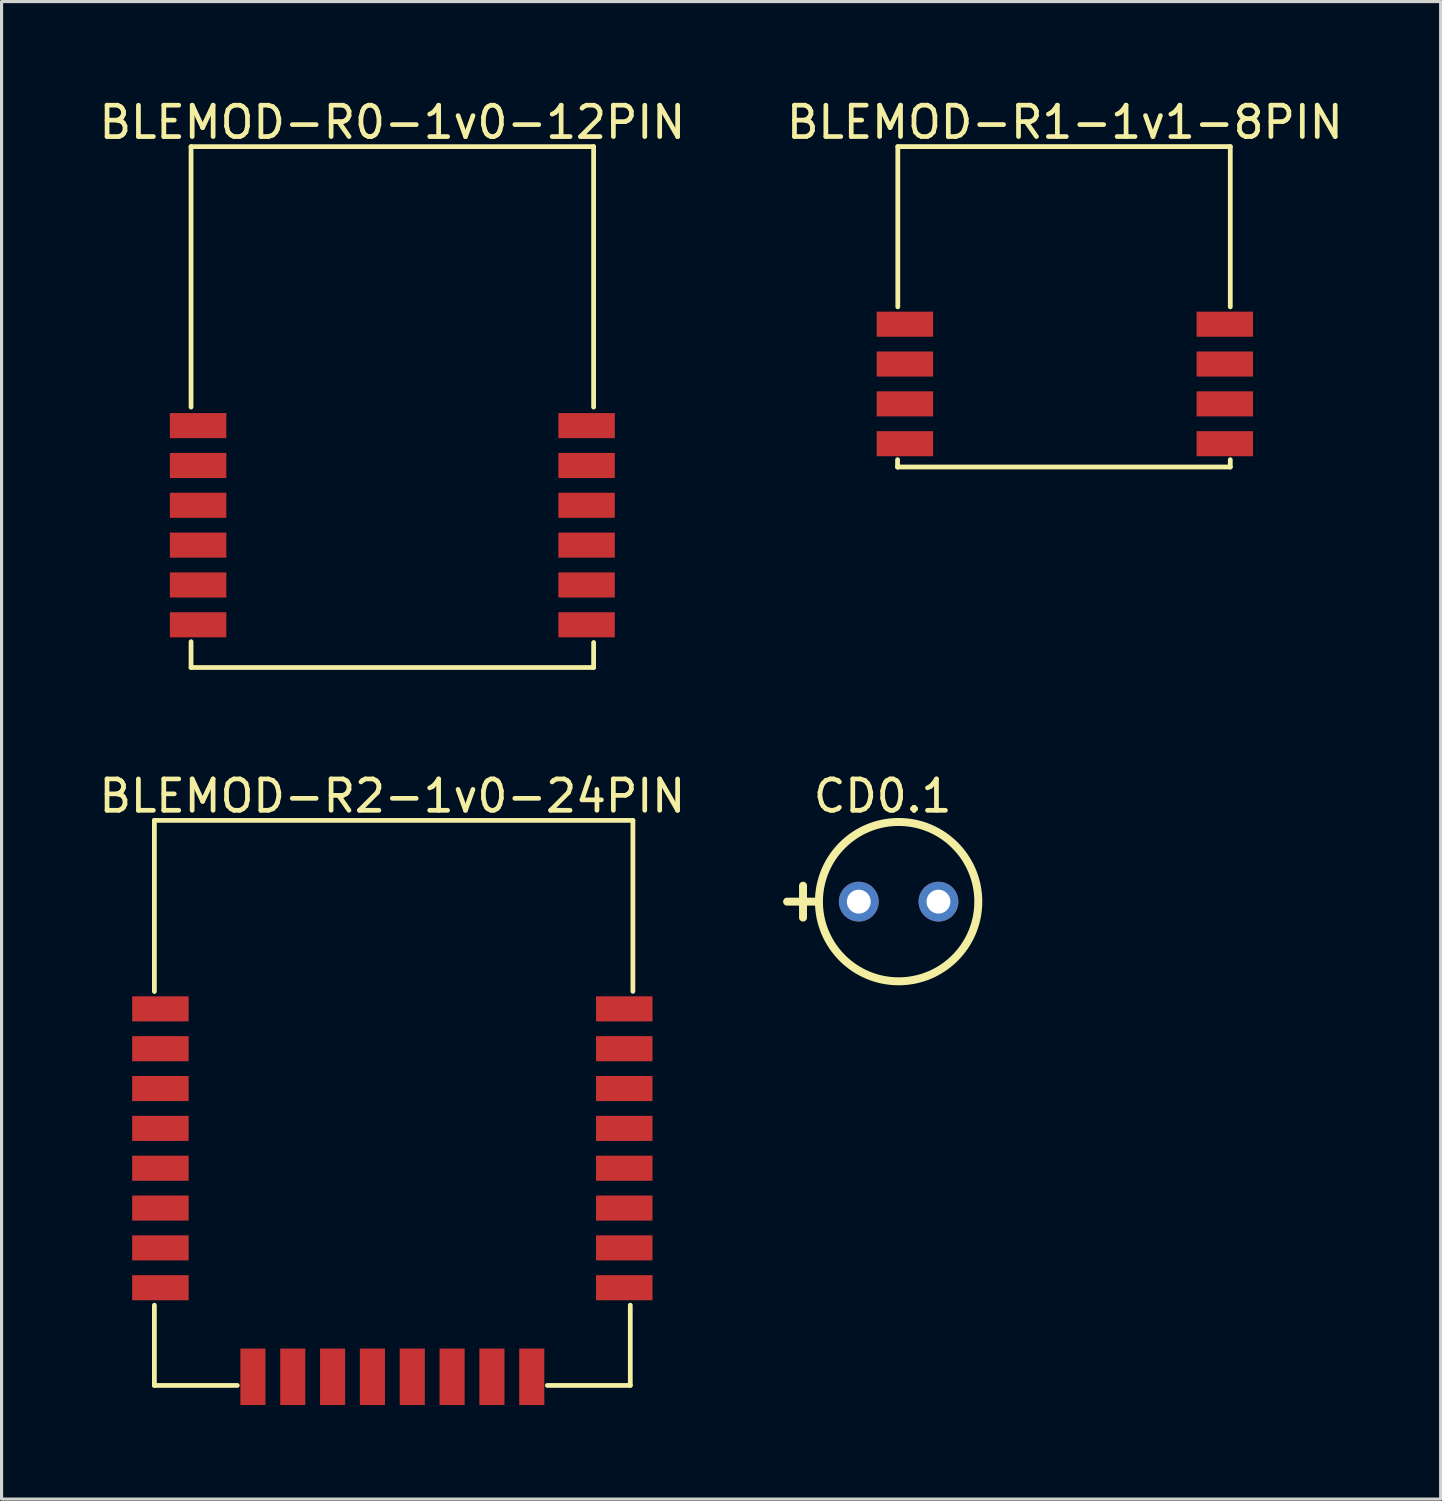
<source format=kicad_pcb>
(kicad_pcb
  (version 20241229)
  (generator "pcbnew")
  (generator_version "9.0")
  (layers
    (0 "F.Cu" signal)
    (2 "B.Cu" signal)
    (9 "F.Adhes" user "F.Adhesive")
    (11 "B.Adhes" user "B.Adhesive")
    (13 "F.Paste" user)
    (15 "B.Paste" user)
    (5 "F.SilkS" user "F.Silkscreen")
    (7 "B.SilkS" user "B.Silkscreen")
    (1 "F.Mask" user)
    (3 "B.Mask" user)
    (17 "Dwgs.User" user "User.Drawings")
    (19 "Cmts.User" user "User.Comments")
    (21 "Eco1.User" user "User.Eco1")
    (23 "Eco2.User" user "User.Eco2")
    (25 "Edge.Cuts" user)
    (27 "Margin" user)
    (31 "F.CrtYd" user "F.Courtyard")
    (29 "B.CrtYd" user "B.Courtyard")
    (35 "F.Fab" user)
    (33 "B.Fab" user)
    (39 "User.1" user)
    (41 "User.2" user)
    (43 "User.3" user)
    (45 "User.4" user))
  (footprint "BLEMOD-R1-1v1-8PIN"
    (layer "F.Cu")
    (at 25.574 11.839)
    (property "Reference" "BLEMOD-R1-1v1-8PIN" (at 5.325 -10.991 0) (layer "F.SilkS") (effects (font (size 1 1) (thickness 0.15))))
    (fp_line (start -0.008 0) (end -0.008 -0.233) (stroke (width 0.152) (type solid)) (layer "F.SilkS"))
    (fp_line (start -0.008 0) (end 0 0) (stroke (width 0.152) (type solid)) (layer "F.SilkS"))
    (fp_line (start 0 -10.215) (end 10.6 -10.215) (stroke (width 0.152) (type solid)) (layer "F.SilkS"))
    (fp_line (start 0 -5.107) (end 0 -10.215) (stroke (width 0.152) (type solid)) (layer "F.SilkS"))
    (fp_line (start 0 0) (end 10.6 0) (stroke (width 0.152) (type solid)) (layer "F.SilkS"))
    (fp_line (start 10.6 -5.107) (end 10.6 -10.215) (stroke (width 0.152) (type solid)) (layer "F.SilkS"))
    (fp_line (start 10.6 0) (end 10.6 -0.233) (stroke (width 0.152) (type solid)) (layer "F.SilkS"))
    (pad "1" smd rect (at 0.225 -4.553) (size 1.8 0.8) (layers "F.Cu" "F.Mask" "F.Paste"))
    (pad "2" smd rect (at 0.225 -3.283) (size 1.8 0.8) (layers "F.Cu" "F.Mask" "F.Paste"))
    (pad "3" smd rect (at 0.225 -2.013) (size 1.8 0.8) (layers "F.Cu" "F.Mask" "F.Paste"))
    (pad "4" smd rect (at 0.225 -0.743 180) (size 1.8 0.8) (layers "F.Cu" "F.Mask" "F.Paste"))
    (pad "5" smd rect (at 10.425 -0.743) (size 1.8 0.8) (layers "F.Cu" "F.Mask" "F.Paste"))
    (pad "6" smd rect (at 10.425 -2.013 180) (size 1.8 0.8) (layers "F.Cu" "F.Mask" "F.Paste"))
    (pad "7" smd rect (at 10.425 -3.283 180) (size 1.8 0.8) (layers "F.Cu" "F.Mask" "F.Paste"))
    (pad "8" smd rect (at 10.425 -4.553 180) (size 1.8 0.8) (layers "F.Cu" "F.Mask" "F.Paste")))
  (footprint "CD0.1"
    (layer "F.Cu")
    (at 24.33 25.696)
    (property "Reference" "CD0.1" (at 0.762 -3.367 0) (layer "F.SilkS") (effects (font (size 1 1) (thickness 0.15))))
    (fp_line (start -2.286 0) (end -1.27 0) (stroke (width 0.254) (type solid)) (layer "F.SilkS"))
    (fp_line (start -1.778 0.508) (end -1.778 -0.508) (stroke (width 0.254) (type solid)) (layer "F.SilkS"))
    (fp_circle (center 1.27 0) (end 1.27 -2.54) (stroke (width 0.254) (type solid)) (fill no) (layer "F.SilkS"))
    (pad "1" thru_hole circle (at 0 0) (size 1.27 1.27) (drill 0.762) (layers "*.Cu" "*.Mask"))
    (pad "2" thru_hole circle (at 2.54 0) (size 1.27 1.27) (drill 0.762) (layers "*.Cu" "*.Mask")))
  (footprint "BLEMOD-R2-1v0-24PIN"
    (layer "F.Cu")
    (at 1.872 41.12)
    (property "Reference" "BLEMOD-R2-1v0-24PIN" (at 7.586 -18.791 0) (layer "F.SilkS") (effects (font (size 1 1) (thickness 0.15))))
    (fp_line (start 0 -18.015) (end 15.256 -18.015) (stroke (width 0.152) (type solid)) (layer "F.SilkS"))
    (fp_line (start 0 -12.559) (end 0 -18.015) (stroke (width 0.152) (type solid)) (layer "F.SilkS"))
    (fp_line (start 0 0) (end 0 -2.558) (stroke (width 0.152) (type solid)) (layer "F.SilkS"))
    (fp_line (start 0 0) (end 2.643 0) (stroke (width 0.152) (type solid)) (layer "F.SilkS"))
    (fp_line (start 12.53 0) (end 15.173 0) (stroke (width 0.152) (type solid)) (layer "F.SilkS"))
    (fp_line (start 15.173 0) (end 15.173 -2.558) (stroke (width 0.152) (type solid)) (layer "F.SilkS"))
    (fp_line (start 15.256 -12.564) (end 15.256 -18.015) (stroke (width 0.152) (type solid)) (layer "F.SilkS"))
    (pad "1" smd rect (at 0.192 -12.005) (size 1.8 0.8) (layers "F.Cu" "F.Mask" "F.Paste"))
    (pad "2" smd rect (at 0.192 -10.735) (size 1.8 0.8) (layers "F.Cu" "F.Mask" "F.Paste"))
    (pad "3" smd rect (at 0.192 -9.465) (size 1.8 0.8) (layers "F.Cu" "F.Mask" "F.Paste"))
    (pad "4" smd rect (at 0.192 -8.195 180) (size 1.8 0.8) (layers "F.Cu" "F.Mask" "F.Paste"))
    (pad "5" smd rect (at 0.192 -6.925) (size 1.8 0.8) (layers "F.Cu" "F.Mask" "F.Paste"))
    (pad "6" smd rect (at 0.192 -5.655) (size 1.8 0.8) (layers "F.Cu" "F.Mask" "F.Paste"))
    (pad "7" smd rect (at 0.192 -4.385) (size 1.8 0.8) (layers "F.Cu" "F.Mask" "F.Paste"))
    (pad "8" smd rect (at 0.192 -3.115) (size 1.8 0.8) (layers "F.Cu" "F.Mask" "F.Paste"))
    (pad "9" smd rect (at 3.142 -0.275 90) (size 1.8 0.8) (layers "F.Cu" "F.Mask" "F.Paste"))
    (pad "10" smd rect (at 4.412 -0.275 90) (size 1.8 0.8) (layers "F.Cu" "F.Mask" "F.Paste"))
    (pad "11" smd rect (at 5.682 -0.275 90) (size 1.8 0.8) (layers "F.Cu" "F.Mask" "F.Paste"))
    (pad "12" smd rect (at 6.952 -0.275 90) (size 1.8 0.8) (layers "F.Cu" "F.Mask" "F.Paste"))
    (pad "13" smd rect (at 8.222 -0.275 90) (size 1.8 0.8) (layers "F.Cu" "F.Mask" "F.Paste"))
    (pad "14" smd rect (at 9.492 -0.275 90) (size 1.8 0.8) (layers "F.Cu" "F.Mask" "F.Paste"))
    (pad "15" smd rect (at 10.762 -0.275 90) (size 1.8 0.8) (layers "F.Cu" "F.Mask" "F.Paste"))
    (pad "16" smd rect (at 12.032 -0.275 90) (size 1.8 0.8) (layers "F.Cu" "F.Mask" "F.Paste"))
    (pad "17" smd rect (at 14.981 -3.115 180) (size 1.8 0.8) (layers "F.Cu" "F.Mask" "F.Paste"))
    (pad "18" smd rect (at 14.981 -4.385 180) (size 1.8 0.8) (layers "F.Cu" "F.Mask" "F.Paste"))
    (pad "19" smd rect (at 14.981 -5.655 180) (size 1.8 0.8) (layers "F.Cu" "F.Mask" "F.Paste"))
    (pad "20" smd rect (at 14.981 -6.925 180) (size 1.8 0.8) (layers "F.Cu" "F.Mask" "F.Paste"))
    (pad "21" smd rect (at 14.981 -8.195) (size 1.8 0.8) (layers "F.Cu" "F.Mask" "F.Paste"))
    (pad "22" smd rect (at 14.981 -9.465 180) (size 1.8 0.8) (layers "F.Cu" "F.Mask" "F.Paste"))
    (pad "23" smd rect (at 14.981 -10.735 180) (size 1.8 0.8) (layers "F.Cu" "F.Mask" "F.Paste"))
    (pad "24" smd rect (at 14.981 -12.005 180) (size 1.8 0.8) (layers "F.Cu" "F.Mask" "F.Paste")))
  (footprint "BLEMOD-R0-1v0-12PIN"
    (layer "F.Cu")
    (at 3.041 18.231)
    (property "Reference" "BLEMOD-R0-1v0-12PIN" (at 6.418 -17.382 0) (layer "F.SilkS") (effects (font (size 1 1) (thickness 0.15))))
    (fp_line (start 0 -16.606) (end 12.835 -16.606) (stroke (width 0.152) (type solid)) (layer "F.SilkS"))
    (fp_line (start 0 -8.303) (end 0 -16.606) (stroke (width 0.152) (type solid)) (layer "F.SilkS"))
    (fp_line (start 0 0) (end 0 -0.822) (stroke (width 0.152) (type solid)) (layer "F.SilkS"))
    (fp_line (start 0 0) (end 12.835 0) (stroke (width 0.152) (type solid)) (layer "F.SilkS"))
    (fp_line (start 12.835 -8.303) (end 12.835 -16.606) (stroke (width 0.152) (type solid)) (layer "F.SilkS"))
    (fp_line (start 12.835 0) (end 12.835 -0.796) (stroke (width 0.152) (type solid)) (layer "F.SilkS"))
    (pad "1" smd rect (at 0.225 -7.711) (size 1.8 0.8) (layers "F.Cu" "F.Mask" "F.Paste"))
    (pad "2" smd rect (at 0.225 -6.441) (size 1.8 0.8) (layers "F.Cu" "F.Mask" "F.Paste"))
    (pad "3" smd rect (at 0.225 -5.171) (size 1.8 0.8) (layers "F.Cu" "F.Mask" "F.Paste"))
    (pad "4" smd rect (at 0.225 -3.901 180) (size 1.8 0.8) (layers "F.Cu" "F.Mask" "F.Paste"))
    (pad "5" smd rect (at 0.225 -2.631) (size 1.8 0.8) (layers "F.Cu" "F.Mask" "F.Paste"))
    (pad "6" smd rect (at 0.225 -1.361) (size 1.8 0.8) (layers "F.Cu" "F.Mask" "F.Paste"))
    (pad "7" smd rect (at 12.611 -1.361 180) (size 1.8 0.8) (layers "F.Cu" "F.Mask" "F.Paste"))
    (pad "8" smd rect (at 12.611 -2.631 180) (size 1.8 0.8) (layers "F.Cu" "F.Mask" "F.Paste"))
    (pad "9" smd rect (at 12.611 -3.901) (size 1.8 0.8) (layers "F.Cu" "F.Mask" "F.Paste"))
    (pad "10" smd rect (at 12.611 -5.171 180) (size 1.8 0.8) (layers "F.Cu" "F.Mask" "F.Paste"))
    (pad "11" smd rect (at 12.611 -6.441 180) (size 1.8 0.8) (layers "F.Cu" "F.Mask" "F.Paste"))
    (pad "12" smd rect (at 12.611 -7.711 180) (size 1.8 0.8) (layers "F.Cu" "F.Mask" "F.Paste")))
  (gr_rect
    (start -3 -3)
    (end 42.881 44.744)
    (stroke (width 0.1) (type default))
    (fill no)
    (layer "Edge.Cuts")))
</source>
